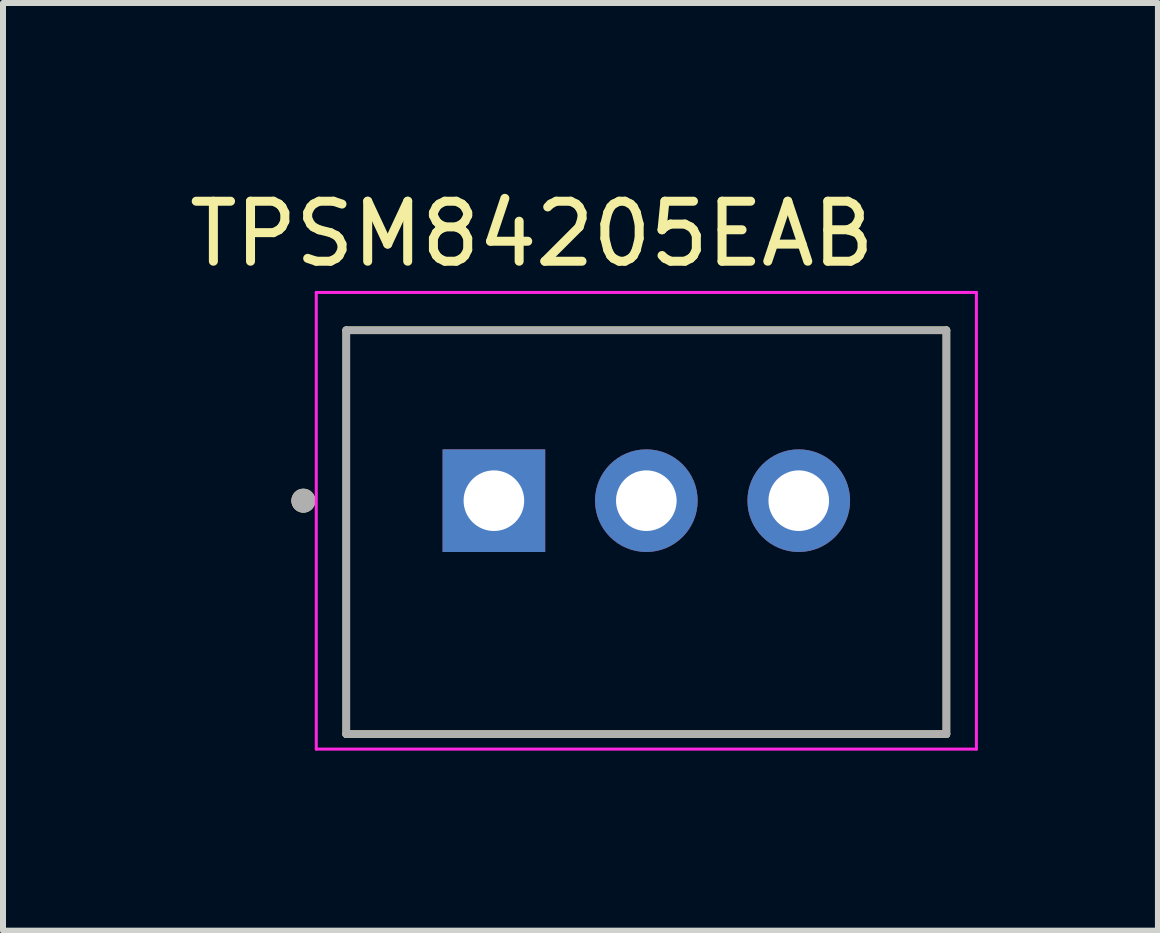
<source format=kicad_pcb>
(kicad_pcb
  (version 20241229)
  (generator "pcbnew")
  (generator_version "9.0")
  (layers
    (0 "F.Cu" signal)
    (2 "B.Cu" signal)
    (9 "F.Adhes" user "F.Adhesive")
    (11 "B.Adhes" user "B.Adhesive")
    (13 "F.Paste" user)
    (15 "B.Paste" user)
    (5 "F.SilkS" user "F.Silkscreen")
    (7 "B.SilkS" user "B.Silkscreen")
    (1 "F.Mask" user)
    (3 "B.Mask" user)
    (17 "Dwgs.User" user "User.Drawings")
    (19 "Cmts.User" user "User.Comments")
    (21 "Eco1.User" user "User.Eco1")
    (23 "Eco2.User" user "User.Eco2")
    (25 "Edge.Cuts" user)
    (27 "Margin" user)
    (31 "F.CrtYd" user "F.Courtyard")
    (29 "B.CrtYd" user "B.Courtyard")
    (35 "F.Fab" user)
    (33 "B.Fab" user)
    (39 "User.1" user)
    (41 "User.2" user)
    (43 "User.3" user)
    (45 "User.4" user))
  (footprint "TPSM84205EAB"
    (layer "F.Cu")
    (at 7.72 5.293)
    (property "Reference" "TPSM84205EAB" (at -1.905 -4.445 0) (layer "F.SilkS") (effects (font (size 1 1) (thickness 0.15))))
    (attr through_hole)
    (fp_line (start -5 -2.84) (end -5 3.89) (stroke (width 0.127) (type solid)) (layer "F.SilkS"))
    (fp_line (start -5 3.89) (end 5 3.89) (stroke (width 0.127) (type solid)) (layer "F.SilkS"))
    (fp_line (start 5 -2.84) (end -5 -2.84) (stroke (width 0.127) (type solid)) (layer "F.SilkS"))
    (fp_line (start 5 3.89) (end 5 -2.84) (stroke (width 0.127) (type solid)) (layer "F.SilkS"))
    (fp_circle (center -5.715 0) (end -5.615 0) (stroke (width 0.2) (type solid)) (fill no) (layer "F.SilkS"))
    (fp_line (start -5.5 -3.47) (end 5.5 -3.47) (stroke (width 0.05) (type solid)) (layer "F.CrtYd"))
    (fp_line (start -5.5 4.14) (end -5.5 -3.47) (stroke (width 0.05) (type solid)) (layer "F.CrtYd"))
    (fp_line (start 5.5 -3.47) (end 5.5 4.14) (stroke (width 0.05) (type solid)) (layer "F.CrtYd"))
    (fp_line (start 5.5 4.14) (end -5.5 4.14) (stroke (width 0.05) (type solid)) (layer "F.CrtYd"))
    (fp_line (start -5 -2.84) (end -5 3.89) (stroke (width 0.127) (type solid)) (layer "F.Fab"))
    (fp_line (start -5 3.89) (end 5 3.89) (stroke (width 0.127) (type solid)) (layer "F.Fab"))
    (fp_line (start 5 -2.84) (end -5 -2.84) (stroke (width 0.127) (type solid)) (layer "F.Fab"))
    (fp_line (start 5 3.89) (end 5 -2.84) (stroke (width 0.127) (type solid)) (layer "F.Fab"))
    (fp_circle (center -5.715 0) (end -5.615 0) (stroke (width 0.2) (type solid)) (fill no) (layer "F.Fab"))
    (pad "1" thru_hole rect (at -2.54 0) (size 1.71 1.71) (drill 1.01) (layers "*.Cu" "*.Mask"))
    (pad "2" thru_hole circle (at 0 0) (size 1.71 1.71) (drill 1.01) (layers "*.Cu" "*.Mask"))
    (pad "3" thru_hole circle (at 2.54 0) (size 1.71 1.71) (drill 1.01) (layers "*.Cu" "*.Mask")))
  (gr_rect
    (start -3 -3)
    (end 16.245 12.458)
    (stroke (width 0.1) (type default))
    (fill no)
    (layer "Edge.Cuts")))
</source>
